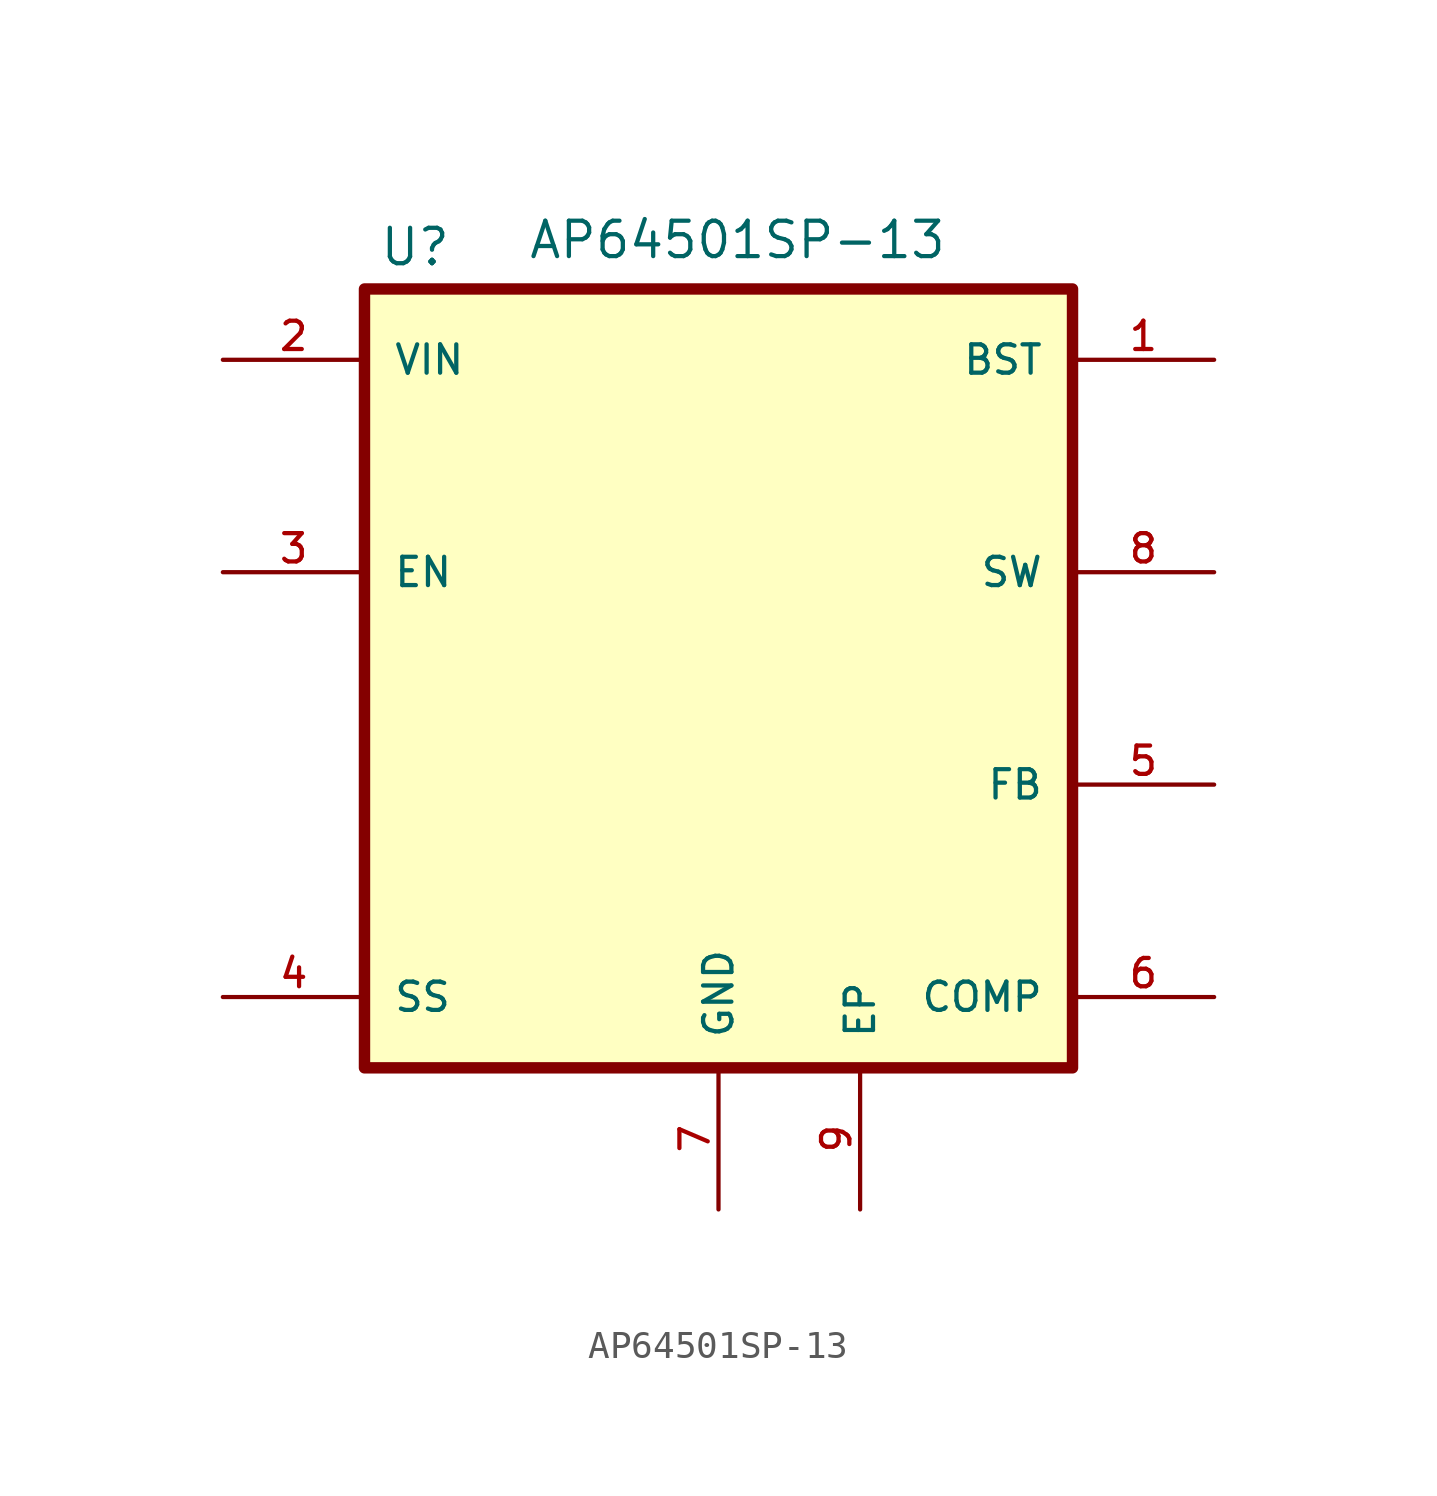
<source format=kicad_sym>
(kicad_symbol_lib
  (version 20241209)
  (generator "kicad_symbol_editor")
  (generator_version "9.0")
  (symbol "AP64501SP-13"
    (pin_names
      (offset 1.016))
    (property "Reference" "U"
      (at -12.192 14.732 0)
      (effects (font (size 1.27 1.27)) (justify left bottom)))
    (property "Value" "AP64501SP-13"
      (at -6.858 14.986 0)
      (effects (font (size 1.27 1.27)) (justify left bottom)))
    (symbol "AP64501SP-13_0_0"
      (rectangle (start -12.7 13.97) (end 12.7 -13.97) (stroke (width 0.41) (type default)) (fill (type background)))
      (pin input line (at -17.78 11.43 0) (length 5.08) (name "VIN" (effects (font (size 1.016 1.016)))) (number "2" (effects (font (size 1.016 1.016)))))
      (pin bidirectional line (at -17.78 3.81 0) (length 5.08) (name "EN" (effects (font (size 1.016 1.016)))) (number "3" (effects (font (size 1.016 1.016)))))
      (pin bidirectional line (at -17.78 -11.43 0) (length 5.08) (name "SS" (effects (font (size 1.016 1.016)))) (number "4" (effects (font (size 1.016 1.016)))))
      (pin power_in line (at 0 -19.05 90) (length 5.08) (name "GND" (effects (font (size 1.016 1.016)))) (number "7" (effects (font (size 1.016 1.016)))))
      (pin bidirectional line (at 5.08 -19.05 90) (length 5.08) (name "EP" (effects (font (size 1.016 1.016)))) (number "9" (effects (font (size 1.016 1.016)))))
      (pin bidirectional line (at 17.78 11.43 180) (length 5.08) (name "BST" (effects (font (size 1.016 1.016)))) (number "1" (effects (font (size 1.016 1.016)))))
      (pin bidirectional line (at 17.78 3.81 180) (length 5.08) (name "SW" (effects (font (size 1.016 1.016)))) (number "8" (effects (font (size 1.016 1.016)))))
      (pin bidirectional line (at 17.78 -3.81 180) (length 5.08) (name "FB" (effects (font (size 1.016 1.016)))) (number "5" (effects (font (size 1.016 1.016)))))
      (pin bidirectional line (at 17.78 -11.43 180) (length 5.08) (name "COMP" (effects (font (size 1.016 1.016)))) (number "6" (effects (font (size 1.016 1.016))))))))
</source>
